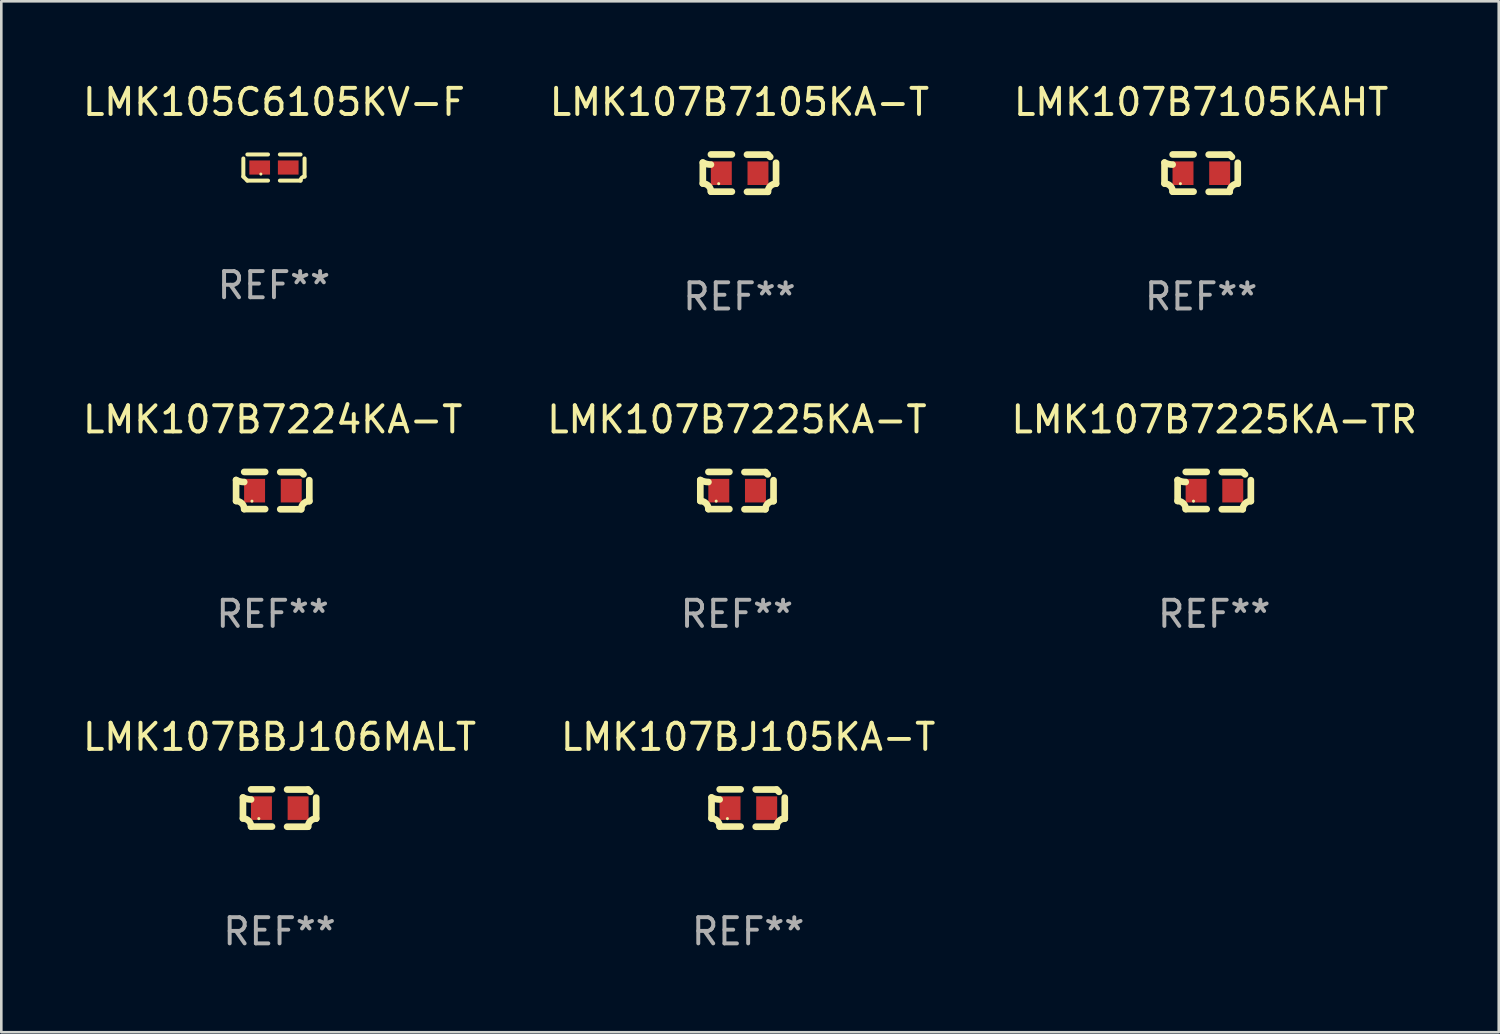
<source format=kicad_pcb>
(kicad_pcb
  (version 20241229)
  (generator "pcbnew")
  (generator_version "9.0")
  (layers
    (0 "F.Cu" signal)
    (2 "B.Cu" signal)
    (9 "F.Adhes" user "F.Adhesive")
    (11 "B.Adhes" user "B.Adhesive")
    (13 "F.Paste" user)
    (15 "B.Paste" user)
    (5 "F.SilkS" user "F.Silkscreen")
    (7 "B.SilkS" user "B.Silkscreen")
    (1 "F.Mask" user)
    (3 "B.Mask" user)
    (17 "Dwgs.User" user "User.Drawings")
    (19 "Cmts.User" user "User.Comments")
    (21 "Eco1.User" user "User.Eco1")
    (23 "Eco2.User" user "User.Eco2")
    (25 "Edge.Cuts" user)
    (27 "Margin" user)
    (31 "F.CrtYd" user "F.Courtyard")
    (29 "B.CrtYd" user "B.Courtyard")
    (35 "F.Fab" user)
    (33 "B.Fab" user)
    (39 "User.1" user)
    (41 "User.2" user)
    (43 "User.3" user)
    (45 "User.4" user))
  (footprint "LMK105C6105KV-F"
    (layer "F.Cu")
    (at 7.411 3.347)
    (property "Reference" "LMK105C6105KV-F" (at 0 -2.499 0) (layer "F.SilkS") (effects (font (size 1 1) (thickness 0.15))))
    (attr through_hole)
    (fp_line (start -1.169 0.346) (end -1.169 -0.346) (stroke (width 0.152) (type solid)) (layer "F.SilkS"))
    (fp_line (start -1.016 -0.499) (end -0.226 -0.499) (stroke (width 0.152) (type solid)) (layer "F.SilkS"))
    (fp_line (start -0.226 0.499) (end -1.016 0.499) (stroke (width 0.152) (type solid)) (layer "F.SilkS"))
    (fp_line (start 0.226 0.499) (end 1.016 0.499) (stroke (width 0.152) (type solid)) (layer "F.SilkS"))
    (fp_line (start 1.016 -0.499) (end 0.226 -0.499) (stroke (width 0.152) (type solid)) (layer "F.SilkS"))
    (fp_line (start 1.169 0.346) (end 1.169 -0.346) (stroke (width 0.152) (type solid)) (layer "F.SilkS"))
    (fp_arc (start -1.016307 0.498603) (mid -1.092512 0.422405) (end -1.16871 0.3462) (stroke (width 0.1524) (type solid)) (layer "F.SilkS"))
    (fp_arc (start 1.016307 0.498603) (mid 1.060899 0.390758) (end 1.168707 0.346076) (stroke (width 0.1524) (type solid)) (layer "F.SilkS"))
    (fp_circle (center -0.5 0.25) (end -0.47 0.25) (stroke (width 0.06) (type solid)) (fill no) (layer "F.SilkS"))
    (fp_text user "REF**" (at 0 4.499 0) (layer "F.Fab") (effects (font (size 1 1) (thickness 0.15))))
    (pad "1" smd rect (at -0.545 0) (size 0.79 0.54) (layers "F.Cu" "F.Mask" "F.Paste"))
    (pad "2" smd rect (at 0.545 0) (size 0.79 0.54) (layers "F.Cu" "F.Mask" "F.Paste")))
  (footprint "LMK107B7225KA-TR"
    (layer "F.Cu")
    (at 43.315 15.683)
    (property "Reference" "LMK107B7225KA-TR" (at 0 -2.713 0) (layer "F.SilkS") (effects (font (size 1 1) (thickness 0.15))))
    (attr through_hole)
    (fp_line (start -1.398 -0.403) (end -1.398 0.397) (stroke (width 0.254) (type solid)) (layer "F.SilkS"))
    (fp_line (start -0.288 -0.713) (end -1.088 -0.713) (stroke (width 0.254) (type solid)) (layer "F.SilkS"))
    (fp_line (start -0.288 0.707) (end -1.088 0.707) (stroke (width 0.254) (type solid)) (layer "F.SilkS"))
    (fp_line (start 0.288 -0.707) (end 1.088 -0.707) (stroke (width 0.254) (type solid)) (layer "F.SilkS"))
    (fp_line (start 0.288 0.713) (end 1.088 0.713) (stroke (width 0.254) (type solid)) (layer "F.SilkS"))
    (fp_line (start 1.398 -0.397) (end 1.398 0.403) (stroke (width 0.254) (type solid)) (layer "F.SilkS"))
    (fp_arc (start -1.397789 0.397066) (mid -1.178701 0.487826) (end -1.08796 0.706922) (stroke (width 0.254001) (type solid)) (layer "F.SilkS"))
    (fp_arc (start -1.08796 -0.327176) (mid -1.247436 -0.346384) (end -1.39779 -0.402908) (stroke (width 0.254001) (type solid)) (layer "F.SilkS"))
    (fp_arc (start 1.087909 0.712738) (mid 1.178656 0.493655) (end 1.397739 0.402908) (stroke (width 0.254001) (type solid)) (layer "F.SilkS"))
    (fp_arc (start 1.175925 -0.618926) (mid 1.131917 -0.662923) (end 1.08791 -0.706922) (stroke (width 0.254001) (type solid)) (layer "F.SilkS"))
    (fp_circle (center -0.792 0.403) (end -0.762 0.403) (stroke (width 0.06) (type solid)) (fill no) (layer "F.SilkS"))
    (fp_text user "REF**" (at 0 4.713 0) (layer "F.Fab") (effects (font (size 1 1) (thickness 0.15))))
    (pad "1" smd rect (at -0.692 0.003) (size 0.8 0.9) (layers "F.Cu" "F.Mask" "F.Paste"))
    (pad "2" smd rect (at 0.708 0.003) (size 0.8 0.9) (layers "F.Cu" "F.Mask" "F.Paste")))
  (footprint "LMK107B7225KA-T"
    (layer "F.Cu")
    (at 25.089 15.683)
    (property "Reference" "LMK107B7225KA-T" (at 0 -2.713 0) (layer "F.SilkS") (effects (font (size 1 1) (thickness 0.15))))
    (attr through_hole)
    (fp_line (start -1.398 -0.403) (end -1.398 0.397) (stroke (width 0.254) (type solid)) (layer "F.SilkS"))
    (fp_line (start -0.288 -0.713) (end -1.088 -0.713) (stroke (width 0.254) (type solid)) (layer "F.SilkS"))
    (fp_line (start -0.288 0.707) (end -1.088 0.707) (stroke (width 0.254) (type solid)) (layer "F.SilkS"))
    (fp_line (start 0.288 -0.707) (end 1.088 -0.707) (stroke (width 0.254) (type solid)) (layer "F.SilkS"))
    (fp_line (start 0.288 0.713) (end 1.088 0.713) (stroke (width 0.254) (type solid)) (layer "F.SilkS"))
    (fp_line (start 1.398 -0.397) (end 1.398 0.403) (stroke (width 0.254) (type solid)) (layer "F.SilkS"))
    (fp_arc (start -1.397789 0.397066) (mid -1.178701 0.487826) (end -1.08796 0.706922) (stroke (width 0.254001) (type solid)) (layer "F.SilkS"))
    (fp_arc (start -1.08796 -0.327176) (mid -1.247436 -0.346384) (end -1.39779 -0.402908) (stroke (width 0.254001) (type solid)) (layer "F.SilkS"))
    (fp_arc (start 1.087909 0.712738) (mid 1.178656 0.493655) (end 1.397739 0.402908) (stroke (width 0.254001) (type solid)) (layer "F.SilkS"))
    (fp_arc (start 1.175925 -0.618926) (mid 1.131917 -0.662923) (end 1.08791 -0.706922) (stroke (width 0.254001) (type solid)) (layer "F.SilkS"))
    (fp_circle (center -0.792 0.403) (end -0.762 0.403) (stroke (width 0.06) (type solid)) (fill no) (layer "F.SilkS"))
    (fp_text user "REF**" (at 0 4.713 0) (layer "F.Fab") (effects (font (size 1 1) (thickness 0.15))))
    (pad "1" smd rect (at -0.692 0.003) (size 0.8 0.9) (layers "F.Cu" "F.Mask" "F.Paste"))
    (pad "2" smd rect (at 0.708 0.003) (size 0.8 0.9) (layers "F.Cu" "F.Mask" "F.Paste")))
  (footprint "LMK107BJ105KA-T"
    (layer "F.Cu")
    (at 25.518 27.805)
    (property "Reference" "LMK107BJ105KA-T" (at 0 -2.713 0) (layer "F.SilkS") (effects (font (size 1 1) (thickness 0.15))))
    (attr through_hole)
    (fp_line (start -1.398 -0.403) (end -1.398 0.397) (stroke (width 0.254) (type solid)) (layer "F.SilkS"))
    (fp_line (start -0.288 -0.713) (end -1.088 -0.713) (stroke (width 0.254) (type solid)) (layer "F.SilkS"))
    (fp_line (start -0.288 0.707) (end -1.088 0.707) (stroke (width 0.254) (type solid)) (layer "F.SilkS"))
    (fp_line (start 0.288 -0.707) (end 1.088 -0.707) (stroke (width 0.254) (type solid)) (layer "F.SilkS"))
    (fp_line (start 0.288 0.713) (end 1.088 0.713) (stroke (width 0.254) (type solid)) (layer "F.SilkS"))
    (fp_line (start 1.398 -0.397) (end 1.398 0.403) (stroke (width 0.254) (type solid)) (layer "F.SilkS"))
    (fp_arc (start -1.397789 0.397066) (mid -1.178701 0.487826) (end -1.08796 0.706922) (stroke (width 0.254001) (type solid)) (layer "F.SilkS"))
    (fp_arc (start -1.08796 -0.327176) (mid -1.247436 -0.346384) (end -1.39779 -0.402908) (stroke (width 0.254001) (type solid)) (layer "F.SilkS"))
    (fp_arc (start 1.087909 0.712738) (mid 1.178656 0.493655) (end 1.397739 0.402908) (stroke (width 0.254001) (type solid)) (layer "F.SilkS"))
    (fp_arc (start 1.175925 -0.618926) (mid 1.131917 -0.662923) (end 1.08791 -0.706922) (stroke (width 0.254001) (type solid)) (layer "F.SilkS"))
    (fp_circle (center -0.792 0.403) (end -0.762 0.403) (stroke (width 0.06) (type solid)) (fill no) (layer "F.SilkS"))
    (fp_text user "REF**" (at 0 4.713 0) (layer "F.Fab") (effects (font (size 1 1) (thickness 0.15))))
    (pad "1" smd rect (at -0.692 0.003) (size 0.8 0.9) (layers "F.Cu" "F.Mask" "F.Paste"))
    (pad "2" smd rect (at 0.708 0.003) (size 0.8 0.9) (layers "F.Cu" "F.Mask" "F.Paste")))
  (footprint "LMK107B7224KA-T"
    (layer "F.Cu")
    (at 7.363 15.683)
    (property "Reference" "LMK107B7224KA-T" (at 0 -2.713 0) (layer "F.SilkS") (effects (font (size 1 1) (thickness 0.15))))
    (attr through_hole)
    (fp_line (start -1.398 -0.403) (end -1.398 0.397) (stroke (width 0.254) (type solid)) (layer "F.SilkS"))
    (fp_line (start -0.288 -0.713) (end -1.088 -0.713) (stroke (width 0.254) (type solid)) (layer "F.SilkS"))
    (fp_line (start -0.288 0.707) (end -1.088 0.707) (stroke (width 0.254) (type solid)) (layer "F.SilkS"))
    (fp_line (start 0.288 -0.707) (end 1.088 -0.707) (stroke (width 0.254) (type solid)) (layer "F.SilkS"))
    (fp_line (start 0.288 0.713) (end 1.088 0.713) (stroke (width 0.254) (type solid)) (layer "F.SilkS"))
    (fp_line (start 1.398 -0.397) (end 1.398 0.403) (stroke (width 0.254) (type solid)) (layer "F.SilkS"))
    (fp_arc (start -1.397789 0.397066) (mid -1.178701 0.487826) (end -1.08796 0.706922) (stroke (width 0.254001) (type solid)) (layer "F.SilkS"))
    (fp_arc (start -1.08796 -0.327176) (mid -1.247436 -0.346384) (end -1.39779 -0.402908) (stroke (width 0.254001) (type solid)) (layer "F.SilkS"))
    (fp_arc (start 1.087909 0.712738) (mid 1.178656 0.493655) (end 1.397739 0.402908) (stroke (width 0.254001) (type solid)) (layer "F.SilkS"))
    (fp_arc (start 1.175925 -0.618926) (mid 1.131917 -0.662923) (end 1.08791 -0.706922) (stroke (width 0.254001) (type solid)) (layer "F.SilkS"))
    (fp_circle (center -0.792 0.403) (end -0.762 0.403) (stroke (width 0.06) (type solid)) (fill no) (layer "F.SilkS"))
    (fp_text user "REF**" (at 0 4.713 0) (layer "F.Fab") (effects (font (size 1 1) (thickness 0.15))))
    (pad "1" smd rect (at -0.692 0.003) (size 0.8 0.9) (layers "F.Cu" "F.Mask" "F.Paste"))
    (pad "2" smd rect (at 0.708 0.003) (size 0.8 0.9) (layers "F.Cu" "F.Mask" "F.Paste")))
  (footprint "LMK107B7105KAHT"
    (layer "F.Cu")
    (at 42.815 3.561)
    (property "Reference" "LMK107B7105KAHT" (at 0 -2.713 0) (layer "F.SilkS") (effects (font (size 1 1) (thickness 0.15))))
    (attr through_hole)
    (fp_line (start -1.398 -0.403) (end -1.398 0.397) (stroke (width 0.254) (type solid)) (layer "F.SilkS"))
    (fp_line (start -0.288 -0.713) (end -1.088 -0.713) (stroke (width 0.254) (type solid)) (layer "F.SilkS"))
    (fp_line (start -0.288 0.707) (end -1.088 0.707) (stroke (width 0.254) (type solid)) (layer "F.SilkS"))
    (fp_line (start 0.288 -0.707) (end 1.088 -0.707) (stroke (width 0.254) (type solid)) (layer "F.SilkS"))
    (fp_line (start 0.288 0.713) (end 1.088 0.713) (stroke (width 0.254) (type solid)) (layer "F.SilkS"))
    (fp_line (start 1.398 -0.397) (end 1.398 0.403) (stroke (width 0.254) (type solid)) (layer "F.SilkS"))
    (fp_arc (start -1.397789 0.397066) (mid -1.178701 0.487826) (end -1.08796 0.706922) (stroke (width 0.254001) (type solid)) (layer "F.SilkS"))
    (fp_arc (start -1.08796 -0.327176) (mid -1.247436 -0.346384) (end -1.39779 -0.402908) (stroke (width 0.254001) (type solid)) (layer "F.SilkS"))
    (fp_arc (start 1.087909 0.712738) (mid 1.178656 0.493655) (end 1.397739 0.402908) (stroke (width 0.254001) (type solid)) (layer "F.SilkS"))
    (fp_arc (start 1.175925 -0.618926) (mid 1.131917 -0.662923) (end 1.08791 -0.706922) (stroke (width 0.254001) (type solid)) (layer "F.SilkS"))
    (fp_circle (center -0.792 0.403) (end -0.762 0.403) (stroke (width 0.06) (type solid)) (fill no) (layer "F.SilkS"))
    (fp_text user "REF**" (at 0 4.713 0) (layer "F.Fab") (effects (font (size 1 1) (thickness 0.15))))
    (pad "1" smd rect (at -0.692 0.003) (size 0.8 0.9) (layers "F.Cu" "F.Mask" "F.Paste"))
    (pad "2" smd rect (at 0.708 0.003) (size 0.8 0.9) (layers "F.Cu" "F.Mask" "F.Paste")))
  (footprint "LMK107BBJ106MALT"
    (layer "F.Cu")
    (at 7.625 27.805)
    (property "Reference" "LMK107BBJ106MALT" (at 0 -2.713 0) (layer "F.SilkS") (effects (font (size 1 1) (thickness 0.15))))
    (attr through_hole)
    (fp_line (start -1.398 -0.403) (end -1.398 0.397) (stroke (width 0.254) (type solid)) (layer "F.SilkS"))
    (fp_line (start -0.288 -0.713) (end -1.088 -0.713) (stroke (width 0.254) (type solid)) (layer "F.SilkS"))
    (fp_line (start -0.288 0.707) (end -1.088 0.707) (stroke (width 0.254) (type solid)) (layer "F.SilkS"))
    (fp_line (start 0.288 -0.707) (end 1.088 -0.707) (stroke (width 0.254) (type solid)) (layer "F.SilkS"))
    (fp_line (start 0.288 0.713) (end 1.088 0.713) (stroke (width 0.254) (type solid)) (layer "F.SilkS"))
    (fp_line (start 1.398 -0.397) (end 1.398 0.403) (stroke (width 0.254) (type solid)) (layer "F.SilkS"))
    (fp_arc (start -1.397789 0.397066) (mid -1.178701 0.487826) (end -1.08796 0.706922) (stroke (width 0.254001) (type solid)) (layer "F.SilkS"))
    (fp_arc (start -1.08796 -0.327176) (mid -1.247436 -0.346384) (end -1.39779 -0.402908) (stroke (width 0.254001) (type solid)) (layer "F.SilkS"))
    (fp_arc (start 1.087909 0.712738) (mid 1.178656 0.493655) (end 1.397739 0.402908) (stroke (width 0.254001) (type solid)) (layer "F.SilkS"))
    (fp_arc (start 1.175925 -0.618926) (mid 1.131917 -0.662923) (end 1.08791 -0.706922) (stroke (width 0.254001) (type solid)) (layer "F.SilkS"))
    (fp_circle (center -0.792 0.403) (end -0.762 0.403) (stroke (width 0.06) (type solid)) (fill no) (layer "F.SilkS"))
    (fp_text user "REF**" (at 0 4.713 0) (layer "F.Fab") (effects (font (size 1 1) (thickness 0.15))))
    (pad "1" smd rect (at -0.692 0.003) (size 0.8 0.9) (layers "F.Cu" "F.Mask" "F.Paste"))
    (pad "2" smd rect (at 0.708 0.003) (size 0.8 0.9) (layers "F.Cu" "F.Mask" "F.Paste")))
  (footprint "LMK107B7105KA-T"
    (layer "F.Cu")
    (at 25.185 3.561)
    (property "Reference" "LMK107B7105KA-T" (at 0 -2.713 0) (layer "F.SilkS") (effects (font (size 1 1) (thickness 0.15))))
    (attr through_hole)
    (fp_line (start -1.398 -0.403) (end -1.398 0.397) (stroke (width 0.254) (type solid)) (layer "F.SilkS"))
    (fp_line (start -0.288 -0.713) (end -1.088 -0.713) (stroke (width 0.254) (type solid)) (layer "F.SilkS"))
    (fp_line (start -0.288 0.707) (end -1.088 0.707) (stroke (width 0.254) (type solid)) (layer "F.SilkS"))
    (fp_line (start 0.288 -0.707) (end 1.088 -0.707) (stroke (width 0.254) (type solid)) (layer "F.SilkS"))
    (fp_line (start 0.288 0.713) (end 1.088 0.713) (stroke (width 0.254) (type solid)) (layer "F.SilkS"))
    (fp_line (start 1.398 -0.397) (end 1.398 0.403) (stroke (width 0.254) (type solid)) (layer "F.SilkS"))
    (fp_arc (start -1.397789 0.397066) (mid -1.178701 0.487826) (end -1.08796 0.706922) (stroke (width 0.254001) (type solid)) (layer "F.SilkS"))
    (fp_arc (start -1.08796 -0.327176) (mid -1.247436 -0.346384) (end -1.39779 -0.402908) (stroke (width 0.254001) (type solid)) (layer "F.SilkS"))
    (fp_arc (start 1.087909 0.712738) (mid 1.178656 0.493655) (end 1.397739 0.402908) (stroke (width 0.254001) (type solid)) (layer "F.SilkS"))
    (fp_arc (start 1.175925 -0.618926) (mid 1.131917 -0.662923) (end 1.08791 -0.706922) (stroke (width 0.254001) (type solid)) (layer "F.SilkS"))
    (fp_circle (center -0.792 0.403) (end -0.762 0.403) (stroke (width 0.06) (type solid)) (fill no) (layer "F.SilkS"))
    (fp_text user "REF**" (at 0 4.713 0) (layer "F.Fab") (effects (font (size 1 1) (thickness 0.15))))
    (pad "1" smd rect (at -0.692 0.003) (size 0.8 0.9) (layers "F.Cu" "F.Mask" "F.Paste"))
    (pad "2" smd rect (at 0.708 0.003) (size 0.8 0.9) (layers "F.Cu" "F.Mask" "F.Paste")))
  (gr_rect
    (start -3 -3)
    (end 54.179 36.366)
    (stroke (width 0.1) (type default))
    (fill no)
    (layer "Edge.Cuts")))
</source>
